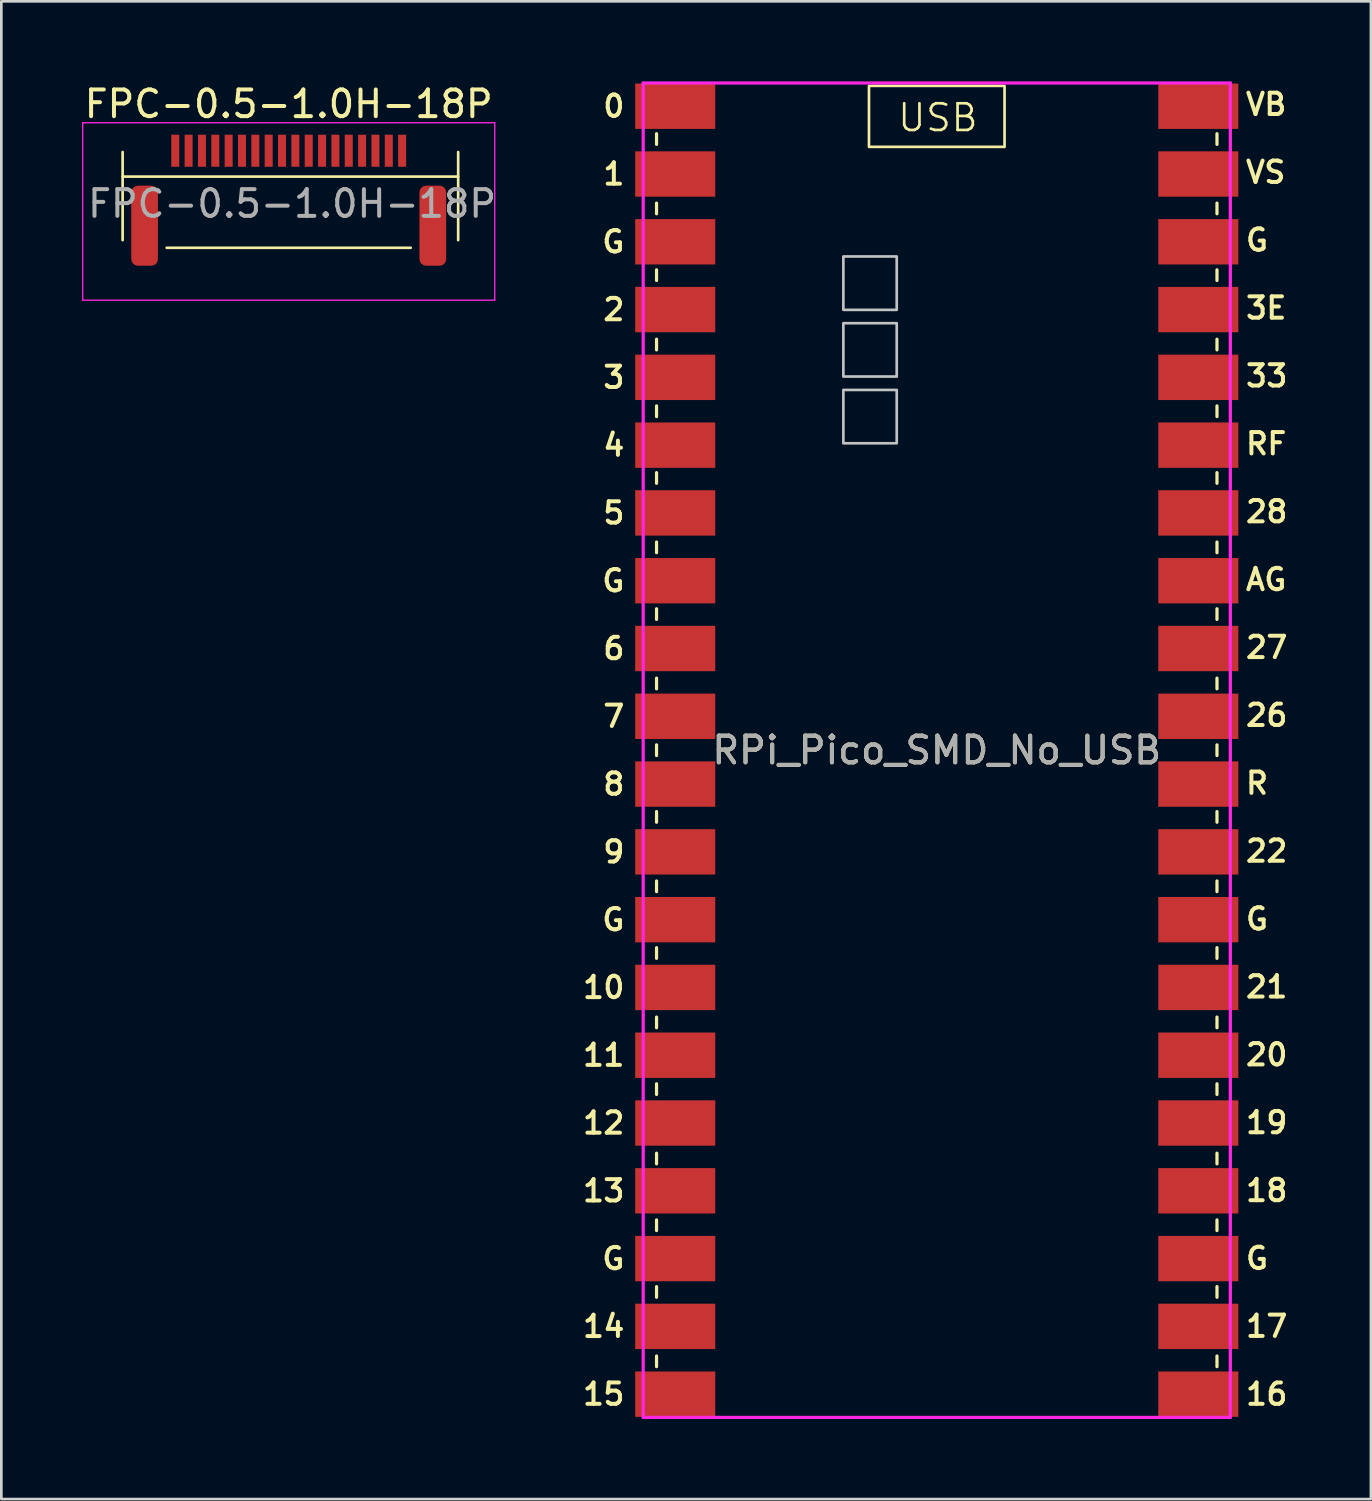
<source format=kicad_pcb>
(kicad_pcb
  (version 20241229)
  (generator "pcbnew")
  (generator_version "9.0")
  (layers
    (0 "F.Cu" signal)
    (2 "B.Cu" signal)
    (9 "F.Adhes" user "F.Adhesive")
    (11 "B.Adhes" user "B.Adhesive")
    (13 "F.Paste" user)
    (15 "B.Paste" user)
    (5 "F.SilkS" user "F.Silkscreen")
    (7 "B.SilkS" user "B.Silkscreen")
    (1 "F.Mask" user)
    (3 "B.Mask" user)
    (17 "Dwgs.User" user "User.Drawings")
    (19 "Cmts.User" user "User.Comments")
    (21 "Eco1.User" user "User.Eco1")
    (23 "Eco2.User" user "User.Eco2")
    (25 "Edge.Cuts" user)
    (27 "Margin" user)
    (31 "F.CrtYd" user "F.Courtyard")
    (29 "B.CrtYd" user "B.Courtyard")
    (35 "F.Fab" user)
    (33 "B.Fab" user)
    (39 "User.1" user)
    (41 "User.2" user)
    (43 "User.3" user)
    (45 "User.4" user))
  (footprint "RPi_Pico_SMD_No_USB"
    (layer "F.Cu")
    (at 32.051 25.06)
    (property "Reference" "RPi_Pico_SMD_No_USB" (at 0 0 0) (layer "F.SilkS") (effects (font (size 1 1) (thickness 0.15))))
    (attr smd)
    (fp_line (start -10.5 -23.1) (end -10.5 -22.7) (stroke (width 0.12) (type solid)) (layer "F.SilkS"))
    (fp_line (start -10.5 -20.5) (end -10.5 -20.1) (stroke (width 0.12) (type solid)) (layer "F.SilkS"))
    (fp_line (start -10.5 -18) (end -10.5 -17.6) (stroke (width 0.12) (type solid)) (layer "F.SilkS"))
    (fp_line (start -10.5 -15.4) (end -10.5 -15) (stroke (width 0.12) (type solid)) (layer "F.SilkS"))
    (fp_line (start -10.5 -12.9) (end -10.5 -12.5) (stroke (width 0.12) (type solid)) (layer "F.SilkS"))
    (fp_line (start -10.5 -10.4) (end -10.5 -10) (stroke (width 0.12) (type solid)) (layer "F.SilkS"))
    (fp_line (start -10.5 -7.8) (end -10.5 -7.4) (stroke (width 0.12) (type solid)) (layer "F.SilkS"))
    (fp_line (start -10.5 -5.3) (end -10.5 -4.9) (stroke (width 0.12) (type solid)) (layer "F.SilkS"))
    (fp_line (start -10.5 -2.7) (end -10.5 -2.3) (stroke (width 0.12) (type solid)) (layer "F.SilkS"))
    (fp_line (start -10.5 -0.2) (end -10.5 0.2) (stroke (width 0.12) (type solid)) (layer "F.SilkS"))
    (fp_line (start -10.5 2.3) (end -10.5 2.7) (stroke (width 0.12) (type solid)) (layer "F.SilkS"))
    (fp_line (start -10.5 4.9) (end -10.5 5.3) (stroke (width 0.12) (type solid)) (layer "F.SilkS"))
    (fp_line (start -10.5 7.4) (end -10.5 7.8) (stroke (width 0.12) (type solid)) (layer "F.SilkS"))
    (fp_line (start -10.5 10) (end -10.5 10.4) (stroke (width 0.12) (type solid)) (layer "F.SilkS"))
    (fp_line (start -10.5 12.5) (end -10.5 12.9) (stroke (width 0.12) (type solid)) (layer "F.SilkS"))
    (fp_line (start -10.5 15.1) (end -10.5 15.5) (stroke (width 0.12) (type solid)) (layer "F.SilkS"))
    (fp_line (start -10.5 17.6) (end -10.5 18) (stroke (width 0.12) (type solid)) (layer "F.SilkS"))
    (fp_line (start -10.5 20.1) (end -10.5 20.5) (stroke (width 0.12) (type solid)) (layer "F.SilkS"))
    (fp_line (start -10.5 22.7) (end -10.5 23.1) (stroke (width 0.12) (type solid)) (layer "F.SilkS"))
    (fp_line (start 10.5 -23.1) (end 10.5 -22.7) (stroke (width 0.12) (type solid)) (layer "F.SilkS"))
    (fp_line (start 10.5 -20.5) (end 10.5 -20.1) (stroke (width 0.12) (type solid)) (layer "F.SilkS"))
    (fp_line (start 10.5 -18) (end 10.5 -17.6) (stroke (width 0.12) (type solid)) (layer "F.SilkS"))
    (fp_line (start 10.5 -15.4) (end 10.5 -15) (stroke (width 0.12) (type solid)) (layer "F.SilkS"))
    (fp_line (start 10.5 -12.9) (end 10.5 -12.5) (stroke (width 0.12) (type solid)) (layer "F.SilkS"))
    (fp_line (start 10.5 -10.4) (end 10.5 -10) (stroke (width 0.12) (type solid)) (layer "F.SilkS"))
    (fp_line (start 10.5 -7.8) (end 10.5 -7.4) (stroke (width 0.12) (type solid)) (layer "F.SilkS"))
    (fp_line (start 10.5 -5.3) (end 10.5 -4.9) (stroke (width 0.12) (type solid)) (layer "F.SilkS"))
    (fp_line (start 10.5 -2.7) (end 10.5 -2.3) (stroke (width 0.12) (type solid)) (layer "F.SilkS"))
    (fp_line (start 10.5 -0.2) (end 10.5 0.2) (stroke (width 0.12) (type solid)) (layer "F.SilkS"))
    (fp_line (start 10.5 2.3) (end 10.5 2.7) (stroke (width 0.12) (type solid)) (layer "F.SilkS"))
    (fp_line (start 10.5 4.9) (end 10.5 5.3) (stroke (width 0.12) (type solid)) (layer "F.SilkS"))
    (fp_line (start 10.5 7.4) (end 10.5 7.8) (stroke (width 0.12) (type solid)) (layer "F.SilkS"))
    (fp_line (start 10.5 10) (end 10.5 10.4) (stroke (width 0.12) (type solid)) (layer "F.SilkS"))
    (fp_line (start 10.5 12.5) (end 10.5 12.9) (stroke (width 0.12) (type solid)) (layer "F.SilkS"))
    (fp_line (start 10.5 15.1) (end 10.5 15.5) (stroke (width 0.12) (type solid)) (layer "F.SilkS"))
    (fp_line (start 10.5 17.6) (end 10.5 18) (stroke (width 0.12) (type solid)) (layer "F.SilkS"))
    (fp_line (start 10.5 20.1) (end 10.5 20.5) (stroke (width 0.12) (type solid)) (layer "F.SilkS"))
    (fp_line (start 10.5 22.7) (end 10.5 23.1) (stroke (width 0.12) (type solid)) (layer "F.SilkS"))
    (fp_rect (start -2.54 -24.892) (end 2.54 -22.606) (stroke (width 0.1) (type default)) (fill no) (layer "F.SilkS"))
    (fp_poly (pts (xy -1.5 -16.5) (xy -3.5 -16.5) (xy -3.5 -18.5) (xy -1.5 -18.5)) (stroke (width 0.1) (type solid)) (fill no) (layer "Dwgs.User"))
    (fp_poly (pts (xy -1.5 -14) (xy -3.5 -14) (xy -3.5 -16) (xy -1.5 -16)) (stroke (width 0.1) (type solid)) (fill no) (layer "Dwgs.User"))
    (fp_poly (pts (xy -1.5 -11.5) (xy -3.5 -11.5) (xy -3.5 -13.5) (xy -1.5 -13.5)) (stroke (width 0.1) (type solid)) (fill no) (layer "Dwgs.User"))
    (fp_line (start -11 -25) (end 11 -25) (stroke (width 0.12) (type solid)) (layer "F.CrtYd"))
    (fp_line (start -11 25) (end -11 -25) (stroke (width 0.12) (type solid)) (layer "F.CrtYd"))
    (fp_line (start 11 -25) (end 11 25) (stroke (width 0.12) (type solid)) (layer "F.CrtYd"))
    (fp_line (start 11 25) (end -11 25) (stroke (width 0.12) (type solid)) (layer "F.CrtYd"))
    (fp_text user "6" (at -12.1 -3.81 0) (layer "F.SilkS") (effects (font (size 0.8 0.8) (thickness 0.15))))
    (fp_text user "22" (at 12.362 3.781 0) (layer "F.SilkS") (effects (font (size 0.8 0.8) (thickness 0.15))))
    (fp_text user "0" (at -12.1 -24.13 0) (layer "F.SilkS") (effects (font (size 0.8 0.8) (thickness 0.15))))
    (fp_text user "G" (at -12.119 -19.05 0) (layer "F.SilkS") (effects (font (size 0.8 0.8) (thickness 0.15))))
    (fp_text user "G" (at -12.119 6.35 0) (layer "F.SilkS") (effects (font (size 0.8 0.8) (thickness 0.15))))
    (fp_text user "G" (at 12 -19.113 0) (layer "F.SilkS") (effects (font (size 0.8 0.8) (thickness 0.15))))
    (fp_text user "G" (at -12.119 -6.35 0) (layer "F.SilkS") (effects (font (size 0.8 0.8) (thickness 0.15))))
    (fp_text user "3" (at -12.1 -13.97 0) (layer "F.SilkS") (effects (font (size 0.8 0.8) (thickness 0.15))))
    (fp_text user "21" (at 12.362 8.868 0) (layer "F.SilkS") (effects (font (size 0.8 0.8) (thickness 0.15))))
    (fp_text user "VB" (at 12.343 -24.2 0) (layer "F.SilkS") (effects (font (size 0.8 0.8) (thickness 0.15))))
    (fp_text user "12" (at -12.481 13.97 0) (layer "F.SilkS") (effects (font (size 0.8 0.8) (thickness 0.15))))
    (fp_text user "11" (at -12.481 11.43 0) (layer "F.SilkS") (effects (font (size 0.8 0.8) (thickness 0.15))))
    (fp_text user "USB" (at -1.524 -23.114 0) (unlocked yes) (layer "F.SilkS") (effects (font (size 1 1) (thickness 0.1)) (justify left bottom)))
    (fp_text user "27" (at 12.362 -3.851 0) (layer "F.SilkS") (effects (font (size 0.8 0.8) (thickness 0.15))))
    (fp_text user "9" (at -12.1 3.81 0) (layer "F.SilkS") (effects (font (size 0.8 0.8) (thickness 0.15))))
    (fp_text user "15" (at -12.481 24.13 0) (layer "F.SilkS") (effects (font (size 0.8 0.8) (thickness 0.15))))
    (fp_text user "1" (at -12.1 -21.59 0) (layer "F.SilkS") (effects (font (size 0.8 0.8) (thickness 0.15))))
    (fp_text user "AG" (at 12.343 -6.394 0) (layer "F.SilkS") (effects (font (size 0.8 0.8) (thickness 0.15))))
    (fp_text user "8" (at -12.1 1.27 0) (layer "F.SilkS") (effects (font (size 0.8 0.8) (thickness 0.15))))
    (fp_text user "13" (at -12.481 16.51 0) (layer "F.SilkS") (effects (font (size 0.8 0.8) (thickness 0.15))))
    (fp_text user "G" (at -12.119 19.05 0) (layer "F.SilkS") (effects (font (size 0.8 0.8) (thickness 0.15))))
    (fp_text user "VS" (at 12.324 -21.656 0) (layer "F.SilkS") (effects (font (size 0.8 0.8) (thickness 0.15))))
    (fp_text user "G" (at 12 19.043 0) (layer "F.SilkS") (effects (font (size 0.8 0.8) (thickness 0.15))))
    (fp_text user "33" (at 12.362 -14.025 0) (layer "F.SilkS") (effects (font (size 0.8 0.8) (thickness 0.15))))
    (fp_text user "RF" (at 12.343 -11.482 0) (layer "F.SilkS") (effects (font (size 0.8 0.8) (thickness 0.15))))
    (fp_text user "G" (at 12 6.324 0) (layer "F.SilkS") (effects (font (size 0.8 0.8) (thickness 0.15))))
    (fp_text user "R" (at 12 1.237 0) (layer "F.SilkS") (effects (font (size 0.8 0.8) (thickness 0.15))))
    (fp_text user "28" (at 12.362 -8.938 0) (layer "F.SilkS") (effects (font (size 0.8 0.8) (thickness 0.15))))
    (fp_text user "16" (at 12.362 24.13 0) (layer "F.SilkS") (effects (font (size 0.8 0.8) (thickness 0.15))))
    (fp_text user "2" (at -12.1 -16.51 0) (layer "F.SilkS") (effects (font (size 0.8 0.8) (thickness 0.15))))
    (fp_text user "5" (at -12.1 -8.89 0) (layer "F.SilkS") (effects (font (size 0.8 0.8) (thickness 0.15))))
    (fp_text user "14" (at -12.481 21.59 0) (layer "F.SilkS") (effects (font (size 0.8 0.8) (thickness 0.15))))
    (fp_text user "3E" (at 12.343 -16.569 0) (layer "F.SilkS") (effects (font (size 0.8 0.8) (thickness 0.15))))
    (fp_text user "20" (at 12.362 11.412 0) (layer "F.SilkS") (effects (font (size 0.8 0.8) (thickness 0.15))))
    (fp_text user "19" (at 12.362 13.955 0) (layer "F.SilkS") (effects (font (size 0.8 0.8) (thickness 0.15))))
    (fp_text user "26" (at 12.362 -1.307 0) (layer "F.SilkS") (effects (font (size 0.8 0.8) (thickness 0.15))))
    (fp_text user "7" (at -12.1 -1.27 0) (layer "F.SilkS") (effects (font (size 0.8 0.8) (thickness 0.15))))
    (fp_text user "18" (at 12.362 16.499 0) (layer "F.SilkS") (effects (font (size 0.8 0.8) (thickness 0.15))))
    (fp_text user "10" (at -12.481 8.89 0) (layer "F.SilkS") (effects (font (size 0.8 0.8) (thickness 0.15))))
    (fp_text user "17" (at 12.362 21.586 0) (layer "F.SilkS") (effects (font (size 0.8 0.8) (thickness 0.15))))
    (fp_text user "4" (at -12.1 -11.43 0) (layer "F.SilkS") (effects (font (size 0.8 0.8) (thickness 0.15))))
    (fp_text user "${REFERENCE}" (at 0 0 180) (layer "F.Fab") (effects (font (size 1 1) (thickness 0.15))))
    (pad "1" smd rect (at -9.8 -24.13) (size 3 1.7) (layers "F.Cu" "F.Mask"))
    (pad "2" smd rect (at -9.8 -21.59) (size 3 1.7) (layers "F.Cu" "F.Mask"))
    (pad "3" smd rect (at -9.8 -19.05) (size 3 1.7) (layers "F.Cu" "F.Mask"))
    (pad "4" smd rect (at -9.8 -16.51) (size 3 1.7) (layers "F.Cu" "F.Mask"))
    (pad "5" smd rect (at -9.8 -13.97) (size 3 1.7) (layers "F.Cu" "F.Mask"))
    (pad "6" smd rect (at -9.8 -11.43) (size 3 1.7) (layers "F.Cu" "F.Mask"))
    (pad "7" smd rect (at -9.8 -8.89) (size 3 1.7) (layers "F.Cu" "F.Mask"))
    (pad "8" smd rect (at -9.8 -6.35) (size 3 1.7) (layers "F.Cu" "F.Mask"))
    (pad "9" smd rect (at -9.8 -3.81) (size 3 1.7) (layers "F.Cu" "F.Mask"))
    (pad "10" smd rect (at -9.8 -1.27) (size 3 1.7) (layers "F.Cu" "F.Mask"))
    (pad "11" smd rect (at -9.8 1.27) (size 3 1.7) (layers "F.Cu" "F.Mask"))
    (pad "12" smd rect (at -9.8 3.81) (size 3 1.7) (layers "F.Cu" "F.Mask"))
    (pad "13" smd rect (at -9.8 6.35) (size 3 1.7) (layers "F.Cu" "F.Mask"))
    (pad "14" smd rect (at -9.8 8.89) (size 3 1.7) (layers "F.Cu" "F.Mask"))
    (pad "15" smd rect (at -9.8 11.43) (size 3 1.7) (layers "F.Cu" "F.Mask"))
    (pad "16" smd rect (at -9.8 13.97) (size 3 1.7) (layers "F.Cu" "F.Mask"))
    (pad "17" smd rect (at -9.8 16.51) (size 3 1.7) (layers "F.Cu" "F.Mask"))
    (pad "18" smd rect (at -9.8 19.05) (size 3 1.7) (layers "F.Cu" "F.Mask"))
    (pad "19" smd rect (at -9.8 21.59) (size 3 1.7) (layers "F.Cu" "F.Mask"))
    (pad "20" smd rect (at -9.8 24.13) (size 3 1.7) (layers "F.Cu" "F.Mask"))
    (pad "21" smd rect (at 9.8 24.13) (size 3 1.7) (layers "F.Cu" "F.Mask"))
    (pad "22" smd rect (at 9.8 21.59) (size 3 1.7) (layers "F.Cu" "F.Mask"))
    (pad "23" smd rect (at 9.8 19.05) (size 3 1.7) (layers "F.Cu" "F.Mask"))
    (pad "24" smd rect (at 9.8 16.51) (size 3 1.7) (layers "F.Cu" "F.Mask"))
    (pad "25" smd rect (at 9.8 13.97) (size 3 1.7) (layers "F.Cu" "F.Mask"))
    (pad "26" smd rect (at 9.8 11.43) (size 3 1.7) (layers "F.Cu" "F.Mask"))
    (pad "27" smd rect (at 9.8 8.89) (size 3 1.7) (layers "F.Cu" "F.Mask"))
    (pad "28" smd rect (at 9.8 6.35) (size 3 1.7) (layers "F.Cu" "F.Mask"))
    (pad "29" smd rect (at 9.8 3.81) (size 3 1.7) (layers "F.Cu" "F.Mask"))
    (pad "30" smd rect (at 9.8 1.27) (size 3 1.7) (layers "F.Cu" "F.Mask"))
    (pad "31" smd rect (at 9.8 -1.27) (size 3 1.7) (layers "F.Cu" "F.Mask"))
    (pad "32" smd rect (at 9.8 -3.81) (size 3 1.7) (layers "F.Cu" "F.Mask"))
    (pad "33" smd rect (at 9.8 -6.35) (size 3 1.7) (layers "F.Cu" "F.Mask"))
    (pad "34" smd rect (at 9.8 -8.89) (size 3 1.7) (layers "F.Cu" "F.Mask"))
    (pad "35" smd rect (at 9.8 -11.43) (size 3 1.7) (layers "F.Cu" "F.Mask"))
    (pad "36" smd rect (at 9.8 -13.97) (size 3 1.7) (layers "F.Cu" "F.Mask"))
    (pad "37" smd rect (at 9.8 -16.51) (size 3 1.7) (layers "F.Cu" "F.Mask"))
    (pad "38" smd rect (at 9.8 -19.05) (size 3 1.7) (layers "F.Cu" "F.Mask"))
    (pad "39" smd rect (at 9.8 -21.59) (size 3 1.7) (layers "F.Cu" "F.Mask"))
    (pad "40" smd rect (at 9.8 -24.13) (size 3 1.7) (layers "F.Cu" "F.Mask")))
  (footprint "FPC-0.5-1.0H-18P"
    (layer "F.Cu")
    (at 7.768 3.948)
    (property "Reference" "FPC-0.5-1.0H-18P" (at 0 -3.1 0) (layer "F.SilkS") (effects (font (size 1 1) (thickness 0.15))))
    (attr smd)
    (fp_line (start -6.223 -1.3) (end -6.223 2) (stroke (width 0.1) (type default)) (layer "F.SilkS"))
    (fp_line (start -6.223 -0.381) (end 6.35 -0.381) (stroke (width 0.1) (type default)) (layer "F.SilkS"))
    (fp_line (start -4.572 2.286) (end 4.572 2.286) (stroke (width 0.1) (type default)) (layer "F.SilkS"))
    (fp_line (start 6.35 -1.3) (end 6.35 2) (stroke (width 0.1) (type default)) (layer "F.SilkS"))
    (fp_line (start -7.72 -2.4) (end -7.72 4.25) (stroke (width 0.05) (type solid)) (layer "F.CrtYd"))
    (fp_line (start -7.72 4.25) (end 7.72 4.25) (stroke (width 0.05) (type solid)) (layer "F.CrtYd"))
    (fp_line (start 7.72 -2.4) (end -7.72 -2.4) (stroke (width 0.05) (type solid)) (layer "F.CrtYd"))
    (fp_line (start 7.72 4.25) (end 7.72 -2.4) (stroke (width 0.05) (type solid)) (layer "F.CrtYd"))
    (fp_text user "${REFERENCE}" (at 0.127 0.635 0) (layer "F.Fab") (effects (font (size 1 1) (thickness 0.15))))
    (pad "" smd roundrect (at -5.4 1.46) (size 1 3) (layers "F.Cu" "F.Mask" "F.Paste") (roundrect_rratio 0.25))
    (pad "" smd roundrect (at 5.4 1.46) (size 1 3) (layers "F.Cu" "F.Mask" "F.Paste") (roundrect_rratio 0.25))
    (pad "1" smd rect (at 4.25 -1.35 180) (size 0.3 1.2) (layers "F.Cu" "F.Mask" "F.Paste"))
    (pad "2" smd rect (at 3.75 -1.35 180) (size 0.3 1.2) (layers "F.Cu" "F.Mask" "F.Paste"))
    (pad "3" smd rect (at 3.25 -1.35 180) (size 0.3 1.2) (layers "F.Cu" "F.Mask" "F.Paste"))
    (pad "4" smd rect (at 2.75 -1.35 180) (size 0.3 1.2) (layers "F.Cu" "F.Mask" "F.Paste"))
    (pad "5" smd rect (at 2.25 -1.35 180) (size 0.3 1.2) (layers "F.Cu" "F.Mask" "F.Paste"))
    (pad "6" smd rect (at 1.75 -1.35 180) (size 0.3 1.2) (layers "F.Cu" "F.Mask" "F.Paste"))
    (pad "7" smd rect (at 1.25 -1.35 180) (size 0.3 1.2) (layers "F.Cu" "F.Mask" "F.Paste"))
    (pad "8" smd rect (at 0.75 -1.35 180) (size 0.3 1.2) (layers "F.Cu" "F.Mask" "F.Paste"))
    (pad "9" smd rect (at 0.25 -1.35 180) (size 0.3 1.2) (layers "F.Cu" "F.Mask" "F.Paste"))
    (pad "10" smd rect (at -0.25 -1.35 180) (size 0.3 1.2) (layers "F.Cu" "F.Mask" "F.Paste"))
    (pad "11" smd rect (at -0.75 -1.35 180) (size 0.3 1.2) (layers "F.Cu" "F.Mask" "F.Paste"))
    (pad "12" smd rect (at -1.25 -1.35 180) (size 0.3 1.2) (layers "F.Cu" "F.Mask" "F.Paste"))
    (pad "13" smd rect (at -1.75 -1.35 180) (size 0.3 1.2) (layers "F.Cu" "F.Mask" "F.Paste"))
    (pad "14" smd rect (at -2.25 -1.35 180) (size 0.3 1.2) (layers "F.Cu" "F.Mask" "F.Paste"))
    (pad "15" smd rect (at -2.75 -1.35 180) (size 0.3 1.2) (layers "F.Cu" "F.Mask" "F.Paste"))
    (pad "16" smd rect (at -3.25 -1.35 180) (size 0.3 1.2) (layers "F.Cu" "F.Mask" "F.Paste"))
    (pad "17" smd rect (at -3.75 -1.35 180) (size 0.3 1.2) (layers "F.Cu" "F.Mask" "F.Paste"))
    (pad "18" smd rect (at -4.25 -1.35 180) (size 0.3 1.2) (layers "F.Cu" "F.Mask" "F.Paste")))
  (gr_rect
    (start -3 -3)
    (end 48.319 53.12)
    (stroke (width 0.1) (type default))
    (fill no)
    (layer "Edge.Cuts")))
</source>
